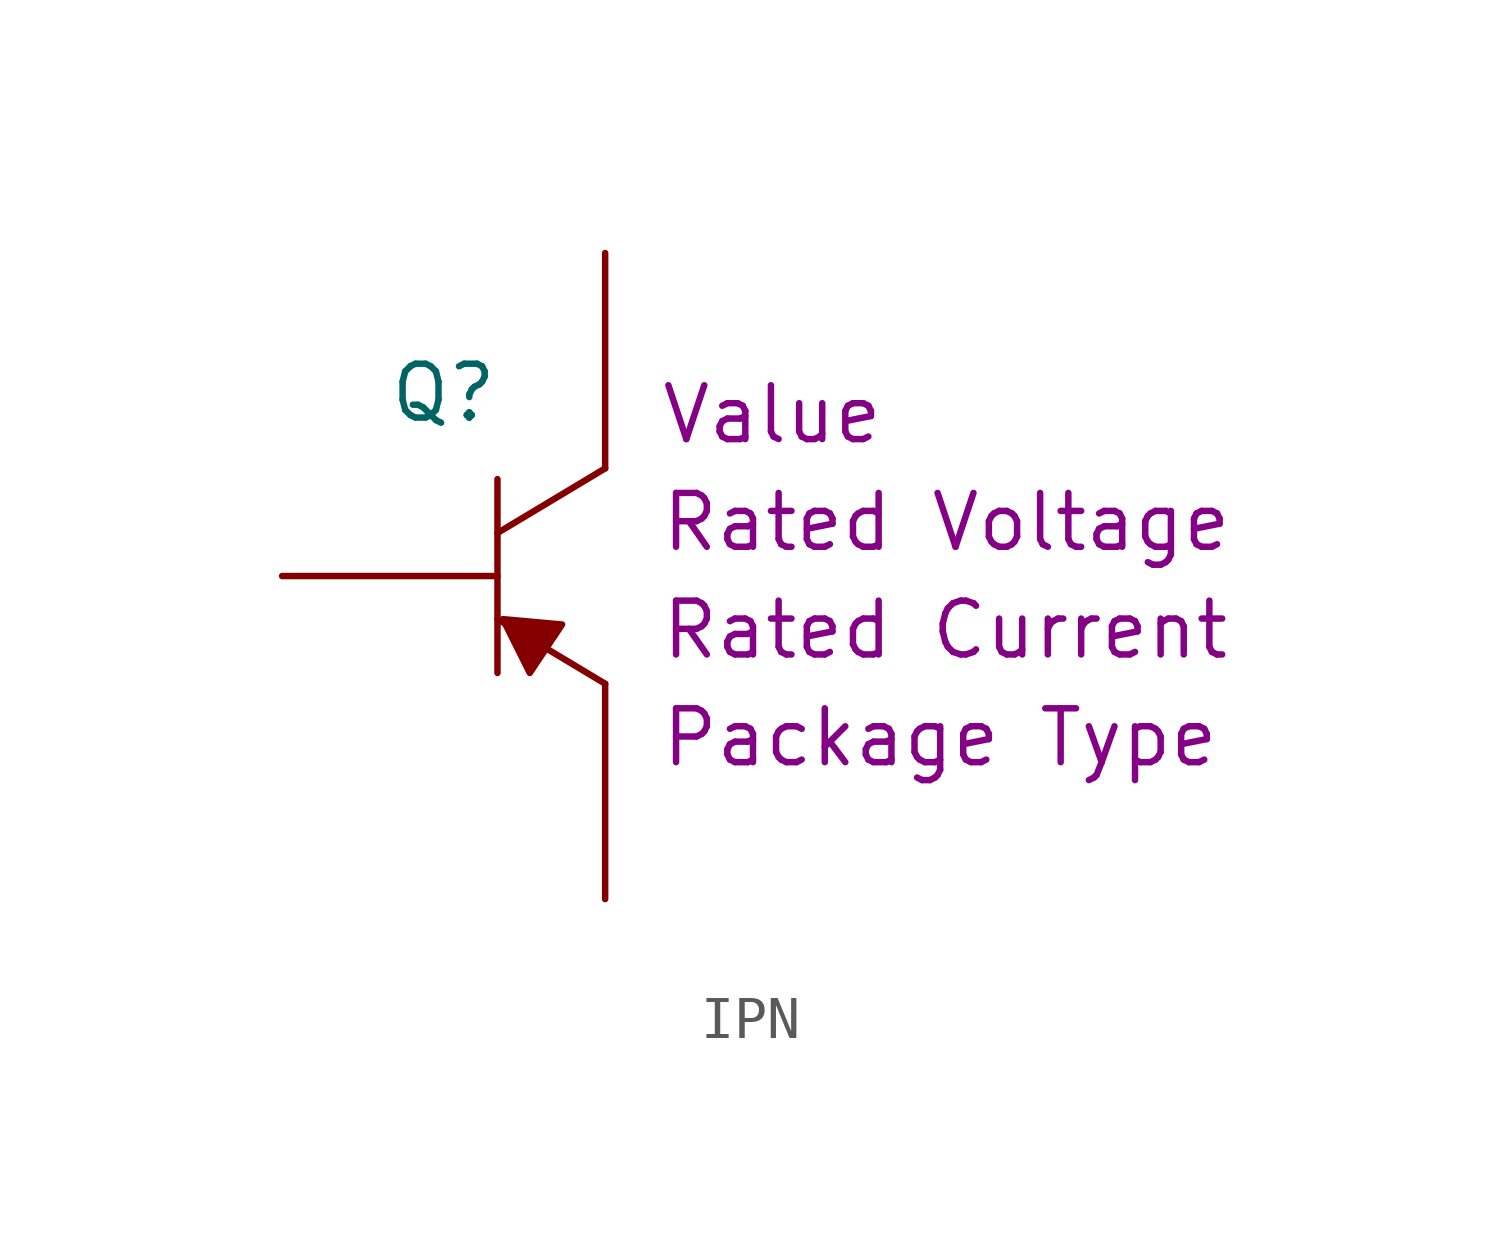
<source format=kicad_sym>
(kicad_symbol_lib
  (version 20211014)
  (generator kicad_symbol_editor)
  (symbol "IPN"
    (pin_numbers hide)
    (pin_names
      (offset 0) hide)
    (property "Reference" "Q"
      (at 0 4.318 0)
      (effects (font (size 1.27 1.27))))
    (property "Part Number" "Value"
      (at 5.08 3.81 0)
      (effects (font (size 1.27 1.27)) (justify left)))
    (property "Rated Voltage (Volt)" "Rated Voltage"
      (at 5.08 1.27 0)
      (effects (font (size 1.27 1.27)) (justify left)))
    (property "Rated Current (Amps)" "Rated Current"
      (at 5.08 -1.27 0)
      (effects (font (size 1.27 1.27)) (justify left)))
    (property "Package Type" "Package Type"
      (at 5.08 -3.81 0)
      (effects (font (size 1.27 1.27)) (justify left)))
    (symbol "IPN_0_1"
      (polyline (pts (xy 1.27 -2.286) (xy 1.27 2.286)) (stroke (width 0) (type default) (color 0 0 0 0)) (fill (type none)))
      (polyline (pts (xy 3.81 -2.54) (xy 1.27 -1.016)) (stroke (width 0) (type default) (color 0 0 0 0)) (fill (type none)))
      (polyline (pts (xy 3.81 2.54) (xy 1.27 1.016)) (stroke (width 0) (type default) (color 0 0 0 0)) (fill (type none)))
      (polyline (pts (xy 1.397 -1.016) (xy 2.032 -2.286) (xy 2.794 -1.143) (xy 1.397 -1.016)) (stroke (width 0) (type default) (color 0 0 0 0)) (fill (type outline))))
    (symbol "IPN_1_1"
      (pin input line (at -3.81 0 0) (length 5.08) (name "B" (effects (font (size 1.27 1.27)))) (number "~" (effects (font (size 1.27 1.27)))))
      (pin output line (at 3.81 7.62 270) (length 5.08) (name "C" (effects (font (size 1.27 1.27)))) (number "~" (effects (font (size 1.27 1.27)))))
      (pin input line (at 3.81 -7.62 90) (length 5.08) (name "E" (effects (font (size 1.27 1.27)))) (number "~" (effects (font (size 1.27 1.27))))))))
</source>
